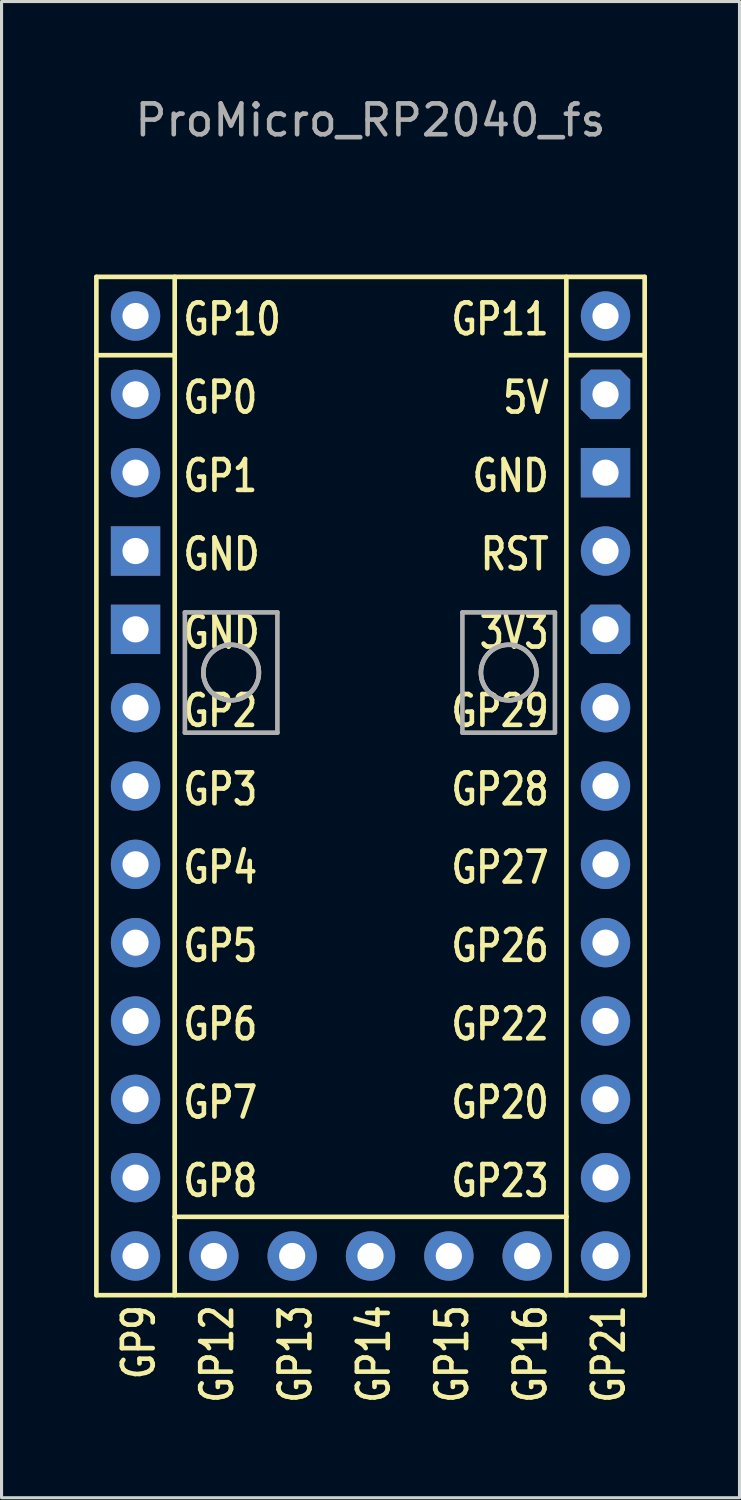
<source format=kicad_pcb>
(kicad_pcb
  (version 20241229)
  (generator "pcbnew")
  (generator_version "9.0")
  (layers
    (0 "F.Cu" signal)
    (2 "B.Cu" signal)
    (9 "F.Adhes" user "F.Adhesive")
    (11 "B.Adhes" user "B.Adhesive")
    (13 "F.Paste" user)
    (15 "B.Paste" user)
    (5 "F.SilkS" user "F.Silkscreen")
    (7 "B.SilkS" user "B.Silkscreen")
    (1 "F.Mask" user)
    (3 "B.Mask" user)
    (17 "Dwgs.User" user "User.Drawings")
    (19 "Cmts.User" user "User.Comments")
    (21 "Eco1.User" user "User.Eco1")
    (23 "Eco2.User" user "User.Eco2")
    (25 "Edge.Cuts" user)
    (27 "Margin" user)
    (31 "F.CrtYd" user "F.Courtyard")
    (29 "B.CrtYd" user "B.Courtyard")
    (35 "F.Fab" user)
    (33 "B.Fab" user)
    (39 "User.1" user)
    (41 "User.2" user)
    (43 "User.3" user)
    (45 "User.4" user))
  (footprint "ProMicro_RP2040_fs"
    (layer "F.Cu")
    (at 8.965 21.168)
    (property "Reference" "ProMicro_RP2040_fs" (at 0 -20.32 0) (unlocked yes) (layer "F.Fab") (effects (font (size 1 1) (thickness 0.15))))
    (attr through_hole)
    (fp_line (start -8.89 -15.24) (end -8.89 17.78) (stroke (width 0.15) (type default)) (layer "F.SilkS"))
    (fp_line (start -8.89 -15.24) (end 8.89 -15.24) (stroke (width 0.15) (type default)) (layer "F.SilkS"))
    (fp_line (start -8.89 -12.7) (end -6.35 -12.7) (stroke (width 0.15) (type default)) (layer "F.SilkS"))
    (fp_line (start -8.89 17.78) (end 8.89 17.78) (stroke (width 0.15) (type default)) (layer "F.SilkS"))
    (fp_line (start -6.35 -15.24) (end -6.35 15.24) (stroke (width 0.15) (type default)) (layer "F.SilkS"))
    (fp_line (start -6.35 15.24) (end -6.35 17.78) (stroke (width 0.15) (type default)) (layer "F.SilkS"))
    (fp_line (start -6.35 15.24) (end 6.35 15.24) (stroke (width 0.15) (type default)) (layer "F.SilkS"))
    (fp_line (start 6.35 -15.24) (end 6.35 15.24) (stroke (width 0.15) (type default)) (layer "F.SilkS"))
    (fp_line (start 6.35 -12.7) (end 8.89 -12.7) (stroke (width 0.15) (type default)) (layer "F.SilkS"))
    (fp_line (start 6.35 15.24) (end 6.35 17.78) (stroke (width 0.15) (type default)) (layer "F.SilkS"))
    (fp_line (start 8.89 17.78) (end 8.89 -15.24) (stroke (width 0.15) (type default)) (layer "F.SilkS"))
    (fp_line (start -6.02 -4.36) (end -6.02 -0.46) (stroke (width 0.15) (type solid)) (layer "F.Fab"))
    (fp_line (start -6.02 -0.46) (end -3.02 -0.46) (stroke (width 0.15) (type solid)) (layer "F.Fab"))
    (fp_line (start -5.42 -2.41) (end -5.419 -2.456) (stroke (width 0.15) (type solid)) (layer "F.Fab"))
    (fp_line (start -5.419 -2.456) (end -5.415 -2.502) (stroke (width 0.15) (type solid)) (layer "F.Fab"))
    (fp_line (start -5.419 -2.364) (end -5.42 -2.41) (stroke (width 0.15) (type solid)) (layer "F.Fab"))
    (fp_line (start -5.415 -2.502) (end -5.41 -2.547) (stroke (width 0.15) (type solid)) (layer "F.Fab"))
    (fp_line (start -5.415 -2.318) (end -5.419 -2.364) (stroke (width 0.15) (type solid)) (layer "F.Fab"))
    (fp_line (start -5.41 -2.547) (end -5.402 -2.591) (stroke (width 0.15) (type solid)) (layer "F.Fab"))
    (fp_line (start -5.41 -2.273) (end -5.415 -2.318) (stroke (width 0.15) (type solid)) (layer "F.Fab"))
    (fp_line (start -5.402 -2.591) (end -5.392 -2.635) (stroke (width 0.15) (type solid)) (layer "F.Fab"))
    (fp_line (start -5.402 -2.229) (end -5.41 -2.273) (stroke (width 0.15) (type solid)) (layer "F.Fab"))
    (fp_line (start -5.392 -2.635) (end -5.38 -2.678) (stroke (width 0.15) (type solid)) (layer "F.Fab"))
    (fp_line (start -5.392 -2.185) (end -5.402 -2.229) (stroke (width 0.15) (type solid)) (layer "F.Fab"))
    (fp_line (start -5.38 -2.678) (end -5.365 -2.719) (stroke (width 0.15) (type solid)) (layer "F.Fab"))
    (fp_line (start -5.38 -2.143) (end -5.392 -2.185) (stroke (width 0.15) (type solid)) (layer "F.Fab"))
    (fp_line (start -5.365 -2.719) (end -5.349 -2.76) (stroke (width 0.15) (type solid)) (layer "F.Fab"))
    (fp_line (start -5.365 -2.101) (end -5.38 -2.143) (stroke (width 0.15) (type solid)) (layer "F.Fab"))
    (fp_line (start -5.349 -2.76) (end -5.331 -2.8) (stroke (width 0.15) (type solid)) (layer "F.Fab"))
    (fp_line (start -5.349 -2.06) (end -5.365 -2.101) (stroke (width 0.15) (type solid)) (layer "F.Fab"))
    (fp_line (start -5.331 -2.8) (end -5.311 -2.839) (stroke (width 0.15) (type solid)) (layer "F.Fab"))
    (fp_line (start -5.331 -2.02) (end -5.349 -2.06) (stroke (width 0.15) (type solid)) (layer "F.Fab"))
    (fp_line (start -5.311 -2.839) (end -5.29 -2.877) (stroke (width 0.15) (type solid)) (layer "F.Fab"))
    (fp_line (start -5.311 -1.981) (end -5.331 -2.02) (stroke (width 0.15) (type solid)) (layer "F.Fab"))
    (fp_line (start -5.29 -2.877) (end -5.266 -2.913) (stroke (width 0.15) (type solid)) (layer "F.Fab"))
    (fp_line (start -5.29 -1.944) (end -5.311 -1.981) (stroke (width 0.15) (type solid)) (layer "F.Fab"))
    (fp_line (start -5.266 -2.913) (end -5.241 -2.948) (stroke (width 0.15) (type solid)) (layer "F.Fab"))
    (fp_line (start -5.266 -1.907) (end -5.29 -1.944) (stroke (width 0.15) (type solid)) (layer "F.Fab"))
    (fp_line (start -5.241 -2.948) (end -5.214 -2.982) (stroke (width 0.15) (type solid)) (layer "F.Fab"))
    (fp_line (start -5.241 -1.872) (end -5.266 -1.907) (stroke (width 0.15) (type solid)) (layer "F.Fab"))
    (fp_line (start -5.214 -2.982) (end -5.186 -3.015) (stroke (width 0.15) (type solid)) (layer "F.Fab"))
    (fp_line (start -5.214 -1.838) (end -5.241 -1.872) (stroke (width 0.15) (type solid)) (layer "F.Fab"))
    (fp_line (start -5.186 -3.015) (end -5.156 -3.046) (stroke (width 0.15) (type solid)) (layer "F.Fab"))
    (fp_line (start -5.186 -1.805) (end -5.214 -1.838) (stroke (width 0.15) (type solid)) (layer "F.Fab"))
    (fp_line (start -5.156 -3.046) (end -5.125 -3.076) (stroke (width 0.15) (type solid)) (layer "F.Fab"))
    (fp_line (start -5.156 -1.774) (end -5.186 -1.805) (stroke (width 0.15) (type solid)) (layer "F.Fab"))
    (fp_line (start -5.125 -3.076) (end -5.092 -3.104) (stroke (width 0.15) (type solid)) (layer "F.Fab"))
    (fp_line (start -5.125 -1.744) (end -5.156 -1.774) (stroke (width 0.15) (type solid)) (layer "F.Fab"))
    (fp_line (start -5.092 -3.104) (end -5.058 -3.131) (stroke (width 0.15) (type solid)) (layer "F.Fab"))
    (fp_line (start -5.092 -1.716) (end -5.125 -1.744) (stroke (width 0.15) (type solid)) (layer "F.Fab"))
    (fp_line (start -5.058 -3.131) (end -5.023 -3.156) (stroke (width 0.15) (type solid)) (layer "F.Fab"))
    (fp_line (start -5.058 -1.689) (end -5.092 -1.716) (stroke (width 0.15) (type solid)) (layer "F.Fab"))
    (fp_line (start -5.023 -3.156) (end -4.987 -3.18) (stroke (width 0.15) (type solid)) (layer "F.Fab"))
    (fp_line (start -5.023 -1.664) (end -5.058 -1.689) (stroke (width 0.15) (type solid)) (layer "F.Fab"))
    (fp_line (start -4.987 -3.18) (end -4.949 -3.201) (stroke (width 0.15) (type solid)) (layer "F.Fab"))
    (fp_line (start -4.987 -1.64) (end -5.023 -1.664) (stroke (width 0.15) (type solid)) (layer "F.Fab"))
    (fp_line (start -4.949 -3.201) (end -4.91 -3.221) (stroke (width 0.15) (type solid)) (layer "F.Fab"))
    (fp_line (start -4.949 -1.619) (end -4.987 -1.64) (stroke (width 0.15) (type solid)) (layer "F.Fab"))
    (fp_line (start -4.91 -3.221) (end -4.87 -3.239) (stroke (width 0.15) (type solid)) (layer "F.Fab"))
    (fp_line (start -4.91 -1.599) (end -4.949 -1.619) (stroke (width 0.15) (type solid)) (layer "F.Fab"))
    (fp_line (start -4.87 -3.239) (end -4.829 -3.255) (stroke (width 0.15) (type solid)) (layer "F.Fab"))
    (fp_line (start -4.87 -1.581) (end -4.91 -1.599) (stroke (width 0.15) (type solid)) (layer "F.Fab"))
    (fp_line (start -4.829 -3.255) (end -4.788 -3.27) (stroke (width 0.15) (type solid)) (layer "F.Fab"))
    (fp_line (start -4.829 -1.565) (end -4.87 -1.581) (stroke (width 0.15) (type solid)) (layer "F.Fab"))
    (fp_line (start -4.788 -3.27) (end -4.745 -3.282) (stroke (width 0.15) (type solid)) (layer "F.Fab"))
    (fp_line (start -4.788 -1.551) (end -4.829 -1.565) (stroke (width 0.15) (type solid)) (layer "F.Fab"))
    (fp_line (start -4.745 -3.282) (end -4.701 -3.292) (stroke (width 0.15) (type solid)) (layer "F.Fab"))
    (fp_line (start -4.745 -1.538) (end -4.788 -1.551) (stroke (width 0.15) (type solid)) (layer "F.Fab"))
    (fp_line (start -4.701 -3.292) (end -4.657 -3.3) (stroke (width 0.15) (type solid)) (layer "F.Fab"))
    (fp_line (start -4.701 -1.528) (end -4.745 -1.538) (stroke (width 0.15) (type solid)) (layer "F.Fab"))
    (fp_line (start -4.657 -3.3) (end -4.612 -3.305) (stroke (width 0.15) (type solid)) (layer "F.Fab"))
    (fp_line (start -4.657 -1.52) (end -4.701 -1.528) (stroke (width 0.15) (type solid)) (layer "F.Fab"))
    (fp_line (start -4.612 -3.305) (end -4.566 -3.309) (stroke (width 0.15) (type solid)) (layer "F.Fab"))
    (fp_line (start -4.612 -1.515) (end -4.657 -1.52) (stroke (width 0.15) (type solid)) (layer "F.Fab"))
    (fp_line (start -4.566 -3.309) (end -4.52 -3.31) (stroke (width 0.15) (type solid)) (layer "F.Fab"))
    (fp_line (start -4.566 -1.511) (end -4.612 -1.515) (stroke (width 0.15) (type solid)) (layer "F.Fab"))
    (fp_line (start -4.52 -3.31) (end -4.474 -3.309) (stroke (width 0.15) (type solid)) (layer "F.Fab"))
    (fp_line (start -4.52 -1.51) (end -4.566 -1.511) (stroke (width 0.15) (type solid)) (layer "F.Fab"))
    (fp_line (start -4.474 -3.309) (end -4.428 -3.305) (stroke (width 0.15) (type solid)) (layer "F.Fab"))
    (fp_line (start -4.474 -1.511) (end -4.52 -1.51) (stroke (width 0.15) (type solid)) (layer "F.Fab"))
    (fp_line (start -4.428 -3.305) (end -4.383 -3.3) (stroke (width 0.15) (type solid)) (layer "F.Fab"))
    (fp_line (start -4.428 -1.515) (end -4.474 -1.511) (stroke (width 0.15) (type solid)) (layer "F.Fab"))
    (fp_line (start -4.383 -3.3) (end -4.339 -3.292) (stroke (width 0.15) (type solid)) (layer "F.Fab"))
    (fp_line (start -4.383 -1.52) (end -4.428 -1.515) (stroke (width 0.15) (type solid)) (layer "F.Fab"))
    (fp_line (start -4.339 -3.292) (end -4.295 -3.282) (stroke (width 0.15) (type solid)) (layer "F.Fab"))
    (fp_line (start -4.339 -1.528) (end -4.383 -1.52) (stroke (width 0.15) (type solid)) (layer "F.Fab"))
    (fp_line (start -4.295 -3.282) (end -4.252 -3.27) (stroke (width 0.15) (type solid)) (layer "F.Fab"))
    (fp_line (start -4.295 -1.538) (end -4.339 -1.528) (stroke (width 0.15) (type solid)) (layer "F.Fab"))
    (fp_line (start -4.252 -3.27) (end -4.211 -3.255) (stroke (width 0.15) (type solid)) (layer "F.Fab"))
    (fp_line (start -4.252 -1.551) (end -4.295 -1.538) (stroke (width 0.15) (type solid)) (layer "F.Fab"))
    (fp_line (start -4.211 -3.255) (end -4.17 -3.239) (stroke (width 0.15) (type solid)) (layer "F.Fab"))
    (fp_line (start -4.211 -1.565) (end -4.252 -1.551) (stroke (width 0.15) (type solid)) (layer "F.Fab"))
    (fp_line (start -4.17 -3.239) (end -4.13 -3.221) (stroke (width 0.15) (type solid)) (layer "F.Fab"))
    (fp_line (start -4.17 -1.581) (end -4.211 -1.565) (stroke (width 0.15) (type solid)) (layer "F.Fab"))
    (fp_line (start -4.13 -3.221) (end -4.091 -3.201) (stroke (width 0.15) (type solid)) (layer "F.Fab"))
    (fp_line (start -4.13 -1.599) (end -4.17 -1.581) (stroke (width 0.15) (type solid)) (layer "F.Fab"))
    (fp_line (start -4.091 -3.201) (end -4.053 -3.18) (stroke (width 0.15) (type solid)) (layer "F.Fab"))
    (fp_line (start -4.091 -1.619) (end -4.13 -1.599) (stroke (width 0.15) (type solid)) (layer "F.Fab"))
    (fp_line (start -4.053 -3.18) (end -4.017 -3.156) (stroke (width 0.15) (type solid)) (layer "F.Fab"))
    (fp_line (start -4.053 -1.64) (end -4.091 -1.619) (stroke (width 0.15) (type solid)) (layer "F.Fab"))
    (fp_line (start -4.017 -3.156) (end -3.982 -3.131) (stroke (width 0.15) (type solid)) (layer "F.Fab"))
    (fp_line (start -4.017 -1.664) (end -4.053 -1.64) (stroke (width 0.15) (type solid)) (layer "F.Fab"))
    (fp_line (start -3.982 -3.131) (end -3.948 -3.104) (stroke (width 0.15) (type solid)) (layer "F.Fab"))
    (fp_line (start -3.982 -1.689) (end -4.017 -1.664) (stroke (width 0.15) (type solid)) (layer "F.Fab"))
    (fp_line (start -3.948 -3.104) (end -3.915 -3.076) (stroke (width 0.15) (type solid)) (layer "F.Fab"))
    (fp_line (start -3.948 -1.716) (end -3.982 -1.689) (stroke (width 0.15) (type solid)) (layer "F.Fab"))
    (fp_line (start -3.915 -3.076) (end -3.884 -3.046) (stroke (width 0.15) (type solid)) (layer "F.Fab"))
    (fp_line (start -3.915 -1.744) (end -3.948 -1.716) (stroke (width 0.15) (type solid)) (layer "F.Fab"))
    (fp_line (start -3.884 -3.046) (end -3.854 -3.015) (stroke (width 0.15) (type solid)) (layer "F.Fab"))
    (fp_line (start -3.884 -1.774) (end -3.915 -1.744) (stroke (width 0.15) (type solid)) (layer "F.Fab"))
    (fp_line (start -3.854 -3.015) (end -3.826 -2.982) (stroke (width 0.15) (type solid)) (layer "F.Fab"))
    (fp_line (start -3.854 -1.805) (end -3.884 -1.774) (stroke (width 0.15) (type solid)) (layer "F.Fab"))
    (fp_line (start -3.826 -2.982) (end -3.799 -2.948) (stroke (width 0.15) (type solid)) (layer "F.Fab"))
    (fp_line (start -3.826 -1.838) (end -3.854 -1.805) (stroke (width 0.15) (type solid)) (layer "F.Fab"))
    (fp_line (start -3.799 -2.948) (end -3.774 -2.913) (stroke (width 0.15) (type solid)) (layer "F.Fab"))
    (fp_line (start -3.799 -1.872) (end -3.826 -1.838) (stroke (width 0.15) (type solid)) (layer "F.Fab"))
    (fp_line (start -3.774 -2.913) (end -3.75 -2.877) (stroke (width 0.15) (type solid)) (layer "F.Fab"))
    (fp_line (start -3.774 -1.907) (end -3.799 -1.872) (stroke (width 0.15) (type solid)) (layer "F.Fab"))
    (fp_line (start -3.75 -2.877) (end -3.729 -2.839) (stroke (width 0.15) (type solid)) (layer "F.Fab"))
    (fp_line (start -3.75 -1.944) (end -3.774 -1.907) (stroke (width 0.15) (type solid)) (layer "F.Fab"))
    (fp_line (start -3.729 -2.839) (end -3.709 -2.8) (stroke (width 0.15) (type solid)) (layer "F.Fab"))
    (fp_line (start -3.729 -1.981) (end -3.75 -1.944) (stroke (width 0.15) (type solid)) (layer "F.Fab"))
    (fp_line (start -3.709 -2.8) (end -3.691 -2.76) (stroke (width 0.15) (type solid)) (layer "F.Fab"))
    (fp_line (start -3.709 -2.02) (end -3.729 -1.981) (stroke (width 0.15) (type solid)) (layer "F.Fab"))
    (fp_line (start -3.691 -2.76) (end -3.675 -2.719) (stroke (width 0.15) (type solid)) (layer "F.Fab"))
    (fp_line (start -3.691 -2.06) (end -3.709 -2.02) (stroke (width 0.15) (type solid)) (layer "F.Fab"))
    (fp_line (start -3.675 -2.719) (end -3.661 -2.678) (stroke (width 0.15) (type solid)) (layer "F.Fab"))
    (fp_line (start -3.675 -2.101) (end -3.691 -2.06) (stroke (width 0.15) (type solid)) (layer "F.Fab"))
    (fp_line (start -3.661 -2.678) (end -3.648 -2.635) (stroke (width 0.15) (type solid)) (layer "F.Fab"))
    (fp_line (start -3.661 -2.143) (end -3.675 -2.101) (stroke (width 0.15) (type solid)) (layer "F.Fab"))
    (fp_line (start -3.648 -2.635) (end -3.638 -2.591) (stroke (width 0.15) (type solid)) (layer "F.Fab"))
    (fp_line (start -3.648 -2.185) (end -3.661 -2.143) (stroke (width 0.15) (type solid)) (layer "F.Fab"))
    (fp_line (start -3.638 -2.591) (end -3.63 -2.547) (stroke (width 0.15) (type solid)) (layer "F.Fab"))
    (fp_line (start -3.638 -2.229) (end -3.648 -2.185) (stroke (width 0.15) (type solid)) (layer "F.Fab"))
    (fp_line (start -3.63 -2.547) (end -3.625 -2.502) (stroke (width 0.15) (type solid)) (layer "F.Fab"))
    (fp_line (start -3.63 -2.273) (end -3.638 -2.229) (stroke (width 0.15) (type solid)) (layer "F.Fab"))
    (fp_line (start -3.625 -2.502) (end -3.621 -2.456) (stroke (width 0.15) (type solid)) (layer "F.Fab"))
    (fp_line (start -3.625 -2.318) (end -3.63 -2.273) (stroke (width 0.15) (type solid)) (layer "F.Fab"))
    (fp_line (start -3.621 -2.456) (end -3.62 -2.41) (stroke (width 0.15) (type solid)) (layer "F.Fab"))
    (fp_line (start -3.621 -2.364) (end -3.625 -2.318) (stroke (width 0.15) (type solid)) (layer "F.Fab"))
    (fp_line (start -3.62 -2.41) (end -3.621 -2.364) (stroke (width 0.15) (type solid)) (layer "F.Fab"))
    (fp_line (start -3.02 -4.36) (end -6.02 -4.36) (stroke (width 0.15) (type solid)) (layer "F.Fab"))
    (fp_line (start -3.02 -0.46) (end -3.02 -4.36) (stroke (width 0.15) (type solid)) (layer "F.Fab"))
    (fp_line (start 2.98 -4.36) (end 2.98 -0.46) (stroke (width 0.15) (type solid)) (layer "F.Fab"))
    (fp_line (start 2.98 -0.46) (end 5.98 -0.46) (stroke (width 0.15) (type solid)) (layer "F.Fab"))
    (fp_line (start 3.58 -2.41) (end 3.581 -2.456) (stroke (width 0.15) (type solid)) (layer "F.Fab"))
    (fp_line (start 3.581 -2.456) (end 3.585 -2.502) (stroke (width 0.15) (type solid)) (layer "F.Fab"))
    (fp_line (start 3.581 -2.364) (end 3.58 -2.41) (stroke (width 0.15) (type solid)) (layer "F.Fab"))
    (fp_line (start 3.585 -2.502) (end 3.59 -2.547) (stroke (width 0.15) (type solid)) (layer "F.Fab"))
    (fp_line (start 3.585 -2.318) (end 3.581 -2.364) (stroke (width 0.15) (type solid)) (layer "F.Fab"))
    (fp_line (start 3.59 -2.547) (end 3.598 -2.591) (stroke (width 0.15) (type solid)) (layer "F.Fab"))
    (fp_line (start 3.59 -2.273) (end 3.585 -2.318) (stroke (width 0.15) (type solid)) (layer "F.Fab"))
    (fp_line (start 3.598 -2.591) (end 3.608 -2.635) (stroke (width 0.15) (type solid)) (layer "F.Fab"))
    (fp_line (start 3.598 -2.229) (end 3.59 -2.273) (stroke (width 0.15) (type solid)) (layer "F.Fab"))
    (fp_line (start 3.608 -2.635) (end 3.62 -2.678) (stroke (width 0.15) (type solid)) (layer "F.Fab"))
    (fp_line (start 3.608 -2.185) (end 3.598 -2.229) (stroke (width 0.15) (type solid)) (layer "F.Fab"))
    (fp_line (start 3.62 -2.678) (end 3.635 -2.719) (stroke (width 0.15) (type solid)) (layer "F.Fab"))
    (fp_line (start 3.62 -2.143) (end 3.608 -2.185) (stroke (width 0.15) (type solid)) (layer "F.Fab"))
    (fp_line (start 3.635 -2.719) (end 3.651 -2.76) (stroke (width 0.15) (type solid)) (layer "F.Fab"))
    (fp_line (start 3.635 -2.101) (end 3.62 -2.143) (stroke (width 0.15) (type solid)) (layer "F.Fab"))
    (fp_line (start 3.651 -2.76) (end 3.669 -2.8) (stroke (width 0.15) (type solid)) (layer "F.Fab"))
    (fp_line (start 3.651 -2.06) (end 3.635 -2.101) (stroke (width 0.15) (type solid)) (layer "F.Fab"))
    (fp_line (start 3.669 -2.8) (end 3.689 -2.839) (stroke (width 0.15) (type solid)) (layer "F.Fab"))
    (fp_line (start 3.669 -2.02) (end 3.651 -2.06) (stroke (width 0.15) (type solid)) (layer "F.Fab"))
    (fp_line (start 3.689 -2.839) (end 3.71 -2.877) (stroke (width 0.15) (type solid)) (layer "F.Fab"))
    (fp_line (start 3.689 -1.981) (end 3.669 -2.02) (stroke (width 0.15) (type solid)) (layer "F.Fab"))
    (fp_line (start 3.71 -2.877) (end 3.734 -2.913) (stroke (width 0.15) (type solid)) (layer "F.Fab"))
    (fp_line (start 3.71 -1.944) (end 3.689 -1.981) (stroke (width 0.15) (type solid)) (layer "F.Fab"))
    (fp_line (start 3.734 -2.913) (end 3.759 -2.948) (stroke (width 0.15) (type solid)) (layer "F.Fab"))
    (fp_line (start 3.734 -1.907) (end 3.71 -1.944) (stroke (width 0.15) (type solid)) (layer "F.Fab"))
    (fp_line (start 3.759 -2.948) (end 3.786 -2.982) (stroke (width 0.15) (type solid)) (layer "F.Fab"))
    (fp_line (start 3.759 -1.872) (end 3.734 -1.907) (stroke (width 0.15) (type solid)) (layer "F.Fab"))
    (fp_line (start 3.786 -2.982) (end 3.814 -3.015) (stroke (width 0.15) (type solid)) (layer "F.Fab"))
    (fp_line (start 3.786 -1.838) (end 3.759 -1.872) (stroke (width 0.15) (type solid)) (layer "F.Fab"))
    (fp_line (start 3.814 -3.015) (end 3.844 -3.046) (stroke (width 0.15) (type solid)) (layer "F.Fab"))
    (fp_line (start 3.814 -1.805) (end 3.786 -1.838) (stroke (width 0.15) (type solid)) (layer "F.Fab"))
    (fp_line (start 3.844 -3.046) (end 3.875 -3.076) (stroke (width 0.15) (type solid)) (layer "F.Fab"))
    (fp_line (start 3.844 -1.774) (end 3.814 -1.805) (stroke (width 0.15) (type solid)) (layer "F.Fab"))
    (fp_line (start 3.875 -3.076) (end 3.908 -3.104) (stroke (width 0.15) (type solid)) (layer "F.Fab"))
    (fp_line (start 3.875 -1.744) (end 3.844 -1.774) (stroke (width 0.15) (type solid)) (layer "F.Fab"))
    (fp_line (start 3.908 -3.104) (end 3.942 -3.131) (stroke (width 0.15) (type solid)) (layer "F.Fab"))
    (fp_line (start 3.908 -1.716) (end 3.875 -1.744) (stroke (width 0.15) (type solid)) (layer "F.Fab"))
    (fp_line (start 3.942 -3.131) (end 3.977 -3.156) (stroke (width 0.15) (type solid)) (layer "F.Fab"))
    (fp_line (start 3.942 -1.689) (end 3.908 -1.716) (stroke (width 0.15) (type solid)) (layer "F.Fab"))
    (fp_line (start 3.977 -3.156) (end 4.013 -3.18) (stroke (width 0.15) (type solid)) (layer "F.Fab"))
    (fp_line (start 3.977 -1.664) (end 3.942 -1.689) (stroke (width 0.15) (type solid)) (layer "F.Fab"))
    (fp_line (start 4.013 -3.18) (end 4.051 -3.201) (stroke (width 0.15) (type solid)) (layer "F.Fab"))
    (fp_line (start 4.013 -1.64) (end 3.977 -1.664) (stroke (width 0.15) (type solid)) (layer "F.Fab"))
    (fp_line (start 4.051 -3.201) (end 4.09 -3.221) (stroke (width 0.15) (type solid)) (layer "F.Fab"))
    (fp_line (start 4.051 -1.619) (end 4.013 -1.64) (stroke (width 0.15) (type solid)) (layer "F.Fab"))
    (fp_line (start 4.09 -3.221) (end 4.13 -3.239) (stroke (width 0.15) (type solid)) (layer "F.Fab"))
    (fp_line (start 4.09 -1.599) (end 4.051 -1.619) (stroke (width 0.15) (type solid)) (layer "F.Fab"))
    (fp_line (start 4.13 -3.239) (end 4.171 -3.255) (stroke (width 0.15) (type solid)) (layer "F.Fab"))
    (fp_line (start 4.13 -1.581) (end 4.09 -1.599) (stroke (width 0.15) (type solid)) (layer "F.Fab"))
    (fp_line (start 4.171 -3.255) (end 4.212 -3.27) (stroke (width 0.15) (type solid)) (layer "F.Fab"))
    (fp_line (start 4.171 -1.565) (end 4.13 -1.581) (stroke (width 0.15) (type solid)) (layer "F.Fab"))
    (fp_line (start 4.212 -3.27) (end 4.255 -3.282) (stroke (width 0.15) (type solid)) (layer "F.Fab"))
    (fp_line (start 4.212 -1.551) (end 4.171 -1.565) (stroke (width 0.15) (type solid)) (layer "F.Fab"))
    (fp_line (start 4.255 -3.282) (end 4.299 -3.292) (stroke (width 0.15) (type solid)) (layer "F.Fab"))
    (fp_line (start 4.255 -1.538) (end 4.212 -1.551) (stroke (width 0.15) (type solid)) (layer "F.Fab"))
    (fp_line (start 4.299 -3.292) (end 4.343 -3.3) (stroke (width 0.15) (type solid)) (layer "F.Fab"))
    (fp_line (start 4.299 -1.528) (end 4.255 -1.538) (stroke (width 0.15) (type solid)) (layer "F.Fab"))
    (fp_line (start 4.343 -3.3) (end 4.388 -3.305) (stroke (width 0.15) (type solid)) (layer "F.Fab"))
    (fp_line (start 4.343 -1.52) (end 4.299 -1.528) (stroke (width 0.15) (type solid)) (layer "F.Fab"))
    (fp_line (start 4.388 -3.305) (end 4.434 -3.309) (stroke (width 0.15) (type solid)) (layer "F.Fab"))
    (fp_line (start 4.388 -1.515) (end 4.343 -1.52) (stroke (width 0.15) (type solid)) (layer "F.Fab"))
    (fp_line (start 4.434 -3.309) (end 4.48 -3.31) (stroke (width 0.15) (type solid)) (layer "F.Fab"))
    (fp_line (start 4.434 -1.511) (end 4.388 -1.515) (stroke (width 0.15) (type solid)) (layer "F.Fab"))
    (fp_line (start 4.48 -3.31) (end 4.526 -3.309) (stroke (width 0.15) (type solid)) (layer "F.Fab"))
    (fp_line (start 4.48 -1.51) (end 4.434 -1.511) (stroke (width 0.15) (type solid)) (layer "F.Fab"))
    (fp_line (start 4.526 -3.309) (end 4.572 -3.305) (stroke (width 0.15) (type solid)) (layer "F.Fab"))
    (fp_line (start 4.526 -1.511) (end 4.48 -1.51) (stroke (width 0.15) (type solid)) (layer "F.Fab"))
    (fp_line (start 4.572 -3.305) (end 4.617 -3.3) (stroke (width 0.15) (type solid)) (layer "F.Fab"))
    (fp_line (start 4.572 -1.515) (end 4.526 -1.511) (stroke (width 0.15) (type solid)) (layer "F.Fab"))
    (fp_line (start 4.617 -3.3) (end 4.661 -3.292) (stroke (width 0.15) (type solid)) (layer "F.Fab"))
    (fp_line (start 4.617 -1.52) (end 4.572 -1.515) (stroke (width 0.15) (type solid)) (layer "F.Fab"))
    (fp_line (start 4.661 -3.292) (end 4.705 -3.282) (stroke (width 0.15) (type solid)) (layer "F.Fab"))
    (fp_line (start 4.661 -1.528) (end 4.617 -1.52) (stroke (width 0.15) (type solid)) (layer "F.Fab"))
    (fp_line (start 4.705 -3.282) (end 4.748 -3.27) (stroke (width 0.15) (type solid)) (layer "F.Fab"))
    (fp_line (start 4.705 -1.538) (end 4.661 -1.528) (stroke (width 0.15) (type solid)) (layer "F.Fab"))
    (fp_line (start 4.748 -3.27) (end 4.789 -3.255) (stroke (width 0.15) (type solid)) (layer "F.Fab"))
    (fp_line (start 4.748 -1.551) (end 4.705 -1.538) (stroke (width 0.15) (type solid)) (layer "F.Fab"))
    (fp_line (start 4.789 -3.255) (end 4.83 -3.239) (stroke (width 0.15) (type solid)) (layer "F.Fab"))
    (fp_line (start 4.789 -1.565) (end 4.748 -1.551) (stroke (width 0.15) (type solid)) (layer "F.Fab"))
    (fp_line (start 4.83 -3.239) (end 4.87 -3.221) (stroke (width 0.15) (type solid)) (layer "F.Fab"))
    (fp_line (start 4.83 -1.581) (end 4.789 -1.565) (stroke (width 0.15) (type solid)) (layer "F.Fab"))
    (fp_line (start 4.87 -3.221) (end 4.909 -3.201) (stroke (width 0.15) (type solid)) (layer "F.Fab"))
    (fp_line (start 4.87 -1.599) (end 4.83 -1.581) (stroke (width 0.15) (type solid)) (layer "F.Fab"))
    (fp_line (start 4.909 -3.201) (end 4.947 -3.18) (stroke (width 0.15) (type solid)) (layer "F.Fab"))
    (fp_line (start 4.909 -1.619) (end 4.87 -1.599) (stroke (width 0.15) (type solid)) (layer "F.Fab"))
    (fp_line (start 4.947 -3.18) (end 4.983 -3.156) (stroke (width 0.15) (type solid)) (layer "F.Fab"))
    (fp_line (start 4.947 -1.64) (end 4.909 -1.619) (stroke (width 0.15) (type solid)) (layer "F.Fab"))
    (fp_line (start 4.983 -3.156) (end 5.018 -3.131) (stroke (width 0.15) (type solid)) (layer "F.Fab"))
    (fp_line (start 4.983 -1.664) (end 4.947 -1.64) (stroke (width 0.15) (type solid)) (layer "F.Fab"))
    (fp_line (start 5.018 -3.131) (end 5.052 -3.104) (stroke (width 0.15) (type solid)) (layer "F.Fab"))
    (fp_line (start 5.018 -1.689) (end 4.983 -1.664) (stroke (width 0.15) (type solid)) (layer "F.Fab"))
    (fp_line (start 5.052 -3.104) (end 5.085 -3.076) (stroke (width 0.15) (type solid)) (layer "F.Fab"))
    (fp_line (start 5.052 -1.716) (end 5.018 -1.689) (stroke (width 0.15) (type solid)) (layer "F.Fab"))
    (fp_line (start 5.085 -3.076) (end 5.116 -3.046) (stroke (width 0.15) (type solid)) (layer "F.Fab"))
    (fp_line (start 5.085 -1.744) (end 5.052 -1.716) (stroke (width 0.15) (type solid)) (layer "F.Fab"))
    (fp_line (start 5.116 -3.046) (end 5.146 -3.015) (stroke (width 0.15) (type solid)) (layer "F.Fab"))
    (fp_line (start 5.116 -1.774) (end 5.085 -1.744) (stroke (width 0.15) (type solid)) (layer "F.Fab"))
    (fp_line (start 5.146 -3.015) (end 5.174 -2.982) (stroke (width 0.15) (type solid)) (layer "F.Fab"))
    (fp_line (start 5.146 -1.805) (end 5.116 -1.774) (stroke (width 0.15) (type solid)) (layer "F.Fab"))
    (fp_line (start 5.174 -2.982) (end 5.201 -2.948) (stroke (width 0.15) (type solid)) (layer "F.Fab"))
    (fp_line (start 5.174 -1.838) (end 5.146 -1.805) (stroke (width 0.15) (type solid)) (layer "F.Fab"))
    (fp_line (start 5.201 -2.948) (end 5.226 -2.913) (stroke (width 0.15) (type solid)) (layer "F.Fab"))
    (fp_line (start 5.201 -1.872) (end 5.174 -1.838) (stroke (width 0.15) (type solid)) (layer "F.Fab"))
    (fp_line (start 5.226 -2.913) (end 5.25 -2.877) (stroke (width 0.15) (type solid)) (layer "F.Fab"))
    (fp_line (start 5.226 -1.907) (end 5.201 -1.872) (stroke (width 0.15) (type solid)) (layer "F.Fab"))
    (fp_line (start 5.25 -2.877) (end 5.271 -2.839) (stroke (width 0.15) (type solid)) (layer "F.Fab"))
    (fp_line (start 5.25 -1.944) (end 5.226 -1.907) (stroke (width 0.15) (type solid)) (layer "F.Fab"))
    (fp_line (start 5.271 -2.839) (end 5.291 -2.8) (stroke (width 0.15) (type solid)) (layer "F.Fab"))
    (fp_line (start 5.271 -1.981) (end 5.25 -1.944) (stroke (width 0.15) (type solid)) (layer "F.Fab"))
    (fp_line (start 5.291 -2.8) (end 5.309 -2.76) (stroke (width 0.15) (type solid)) (layer "F.Fab"))
    (fp_line (start 5.291 -2.02) (end 5.271 -1.981) (stroke (width 0.15) (type solid)) (layer "F.Fab"))
    (fp_line (start 5.309 -2.76) (end 5.325 -2.719) (stroke (width 0.15) (type solid)) (layer "F.Fab"))
    (fp_line (start 5.309 -2.06) (end 5.291 -2.02) (stroke (width 0.15) (type solid)) (layer "F.Fab"))
    (fp_line (start 5.325 -2.719) (end 5.34 -2.678) (stroke (width 0.15) (type solid)) (layer "F.Fab"))
    (fp_line (start 5.325 -2.101) (end 5.309 -2.06) (stroke (width 0.15) (type solid)) (layer "F.Fab"))
    (fp_line (start 5.34 -2.678) (end 5.352 -2.635) (stroke (width 0.15) (type solid)) (layer "F.Fab"))
    (fp_line (start 5.34 -2.143) (end 5.325 -2.101) (stroke (width 0.15) (type solid)) (layer "F.Fab"))
    (fp_line (start 5.352 -2.635) (end 5.362 -2.591) (stroke (width 0.15) (type solid)) (layer "F.Fab"))
    (fp_line (start 5.352 -2.185) (end 5.34 -2.143) (stroke (width 0.15) (type solid)) (layer "F.Fab"))
    (fp_line (start 5.362 -2.591) (end 5.37 -2.547) (stroke (width 0.15) (type solid)) (layer "F.Fab"))
    (fp_line (start 5.362 -2.229) (end 5.352 -2.185) (stroke (width 0.15) (type solid)) (layer "F.Fab"))
    (fp_line (start 5.37 -2.547) (end 5.375 -2.502) (stroke (width 0.15) (type solid)) (layer "F.Fab"))
    (fp_line (start 5.37 -2.273) (end 5.362 -2.229) (stroke (width 0.15) (type solid)) (layer "F.Fab"))
    (fp_line (start 5.375 -2.502) (end 5.379 -2.456) (stroke (width 0.15) (type solid)) (layer "F.Fab"))
    (fp_line (start 5.375 -2.318) (end 5.37 -2.273) (stroke (width 0.15) (type solid)) (layer "F.Fab"))
    (fp_line (start 5.379 -2.456) (end 5.38 -2.41) (stroke (width 0.15) (type solid)) (layer "F.Fab"))
    (fp_line (start 5.379 -2.364) (end 5.375 -2.318) (stroke (width 0.15) (type solid)) (layer "F.Fab"))
    (fp_line (start 5.38 -2.41) (end 5.379 -2.364) (stroke (width 0.15) (type solid)) (layer "F.Fab"))
    (fp_line (start 5.98 -4.36) (end 2.98 -4.36) (stroke (width 0.15) (type solid)) (layer "F.Fab"))
    (fp_line (start 5.98 -0.46) (end 5.98 -4.36) (stroke (width 0.15) (type solid)) (layer "F.Fab"))
    (fp_text user "GP14" (at 0.688 21.349 90) (unlocked yes) (layer "F.SilkS") (effects (font (size 1 0.8) (thickness 0.15) (bold yes)) (justify left bottom)))
    (fp_text user "GND" (at -6.15 -5.662 0) (unlocked yes) (layer "F.SilkS") (effects (font (size 1 0.8) (thickness 0.15) (bold yes)) (justify left bottom)))
    (fp_text user "GP7" (at -6.15 12.117 0) (unlocked yes) (layer "F.SilkS") (effects (font (size 1 0.8) (thickness 0.15)) (justify left bottom)))
    (fp_text user "GP16" (at 5.768 21.349 90) (unlocked yes) (layer "F.SilkS") (effects (font (size 1 0.8) (thickness 0.15) (bold yes)) (justify left bottom)))
    (fp_text user "GND" (at -6.15 -3.123 0) (unlocked yes) (layer "F.SilkS") (effects (font (size 1 0.8) (thickness 0.15)) (justify left bottom)))
    (fp_text user "GP13" (at -1.853 21.349 90) (unlocked yes) (layer "F.SilkS") (effects (font (size 1 0.8) (thickness 0.15) (bold yes)) (justify left bottom)))
    (fp_text user "GP11" (at 2.54 -13.283 0) (unlocked yes) (layer "F.SilkS") (effects (font (size 1 0.8) (thickness 0.15)) (justify left bottom)))
    (fp_text user "GP22" (at 2.54 9.578 0) (unlocked yes) (layer "F.SilkS") (effects (font (size 1 0.8) (thickness 0.15)) (justify left bottom)))
    (fp_text user "GP6" (at -6.15 9.578 0) (unlocked yes) (layer "F.SilkS") (effects (font (size 1 0.8) (thickness 0.15)) (justify left bottom)))
    (fp_text user "5V" (at 4.216 -10.742 0) (unlocked yes) (layer "F.SilkS") (effects (font (size 1 0.8) (thickness 0.15)) (justify left bottom)))
    (fp_text user "GP20" (at 2.54 12.117 0) (unlocked yes) (layer "F.SilkS") (effects (font (size 1 0.8) (thickness 0.15)) (justify left bottom)))
    (fp_text user "GP5" (at -6.15 7.037 0) (unlocked yes) (layer "F.SilkS") (effects (font (size 1 0.8) (thickness 0.15)) (justify left bottom)))
    (fp_text user "RST" (at 3.492 -5.662 0) (unlocked yes) (layer "F.SilkS") (effects (font (size 1 0.8) (thickness 0.15)) (justify left bottom)))
    (fp_text user "GP15" (at 3.228 21.349 90) (unlocked yes) (layer "F.SilkS") (effects (font (size 1 0.8) (thickness 0.15) (bold yes)) (justify left bottom)))
    (fp_text user "GP12" (at -4.393 21.349 90) (unlocked yes) (layer "F.SilkS") (effects (font (size 1 0.8) (thickness 0.15) (bold yes)) (justify left bottom)))
    (fp_text user "GP2" (at -6.15 -0.583 0) (unlocked yes) (layer "F.SilkS") (effects (font (size 1 0.8) (thickness 0.15)) (justify left bottom)))
    (fp_text user "GP29" (at 2.54 -0.583 0) (unlocked yes) (layer "F.SilkS") (effects (font (size 1 0.8) (thickness 0.15)) (justify left bottom)))
    (fp_text user "GP10" (at -6.15 -13.283 0) (unlocked yes) (layer "F.SilkS") (effects (font (size 1 0.8) (thickness 0.15) (bold yes)) (justify left bottom)))
    (fp_text user "GND" (at 3.226 -8.203 0) (unlocked yes) (layer "F.SilkS") (effects (font (size 1 0.8) (thickness 0.15)) (justify left bottom)))
    (fp_text user "GP21" (at 8.307 21.349 90) (unlocked yes) (layer "F.SilkS") (effects (font (size 1 0.8) (thickness 0.15) (bold yes)) (justify left bottom)))
    (fp_text user "GP27" (at 2.54 4.497 0) (unlocked yes) (layer "F.SilkS") (effects (font (size 1 0.8) (thickness 0.15)) (justify left bottom)))
    (fp_text user "GP1" (at -6.15 -8.203 0) (unlocked yes) (layer "F.SilkS") (effects (font (size 1 0.8) (thickness 0.15) (bold yes)) (justify left bottom)))
    (fp_text user "GP28" (at 2.54 1.958 0) (unlocked yes) (layer "F.SilkS") (effects (font (size 1 0.8) (thickness 0.15)) (justify left bottom)))
    (fp_text user "GP3" (at -6.15 1.958 0) (unlocked yes) (layer "F.SilkS") (effects (font (size 1 0.8) (thickness 0.15)) (justify left bottom)))
    (fp_text user "GP23" (at 2.54 14.658 0) (unlocked yes) (layer "F.SilkS") (effects (font (size 1 0.8) (thickness 0.15)) (justify left bottom)))
    (fp_text user "GP26" (at 2.54 7.037 0) (unlocked yes) (layer "F.SilkS") (effects (font (size 1 0.8) (thickness 0.15)) (justify left bottom)))
    (fp_text user "GP4" (at -6.15 4.497 0) (unlocked yes) (layer "F.SilkS") (effects (font (size 1 0.8) (thickness 0.15)) (justify left bottom)))
    (fp_text user "GP9" (at -6.933 20.587 90) (unlocked yes) (layer "F.SilkS") (effects (font (size 1 0.8) (thickness 0.15) (bold yes)) (justify left bottom)))
    (fp_text user "3V3" (at 3.454 -3.123 0) (unlocked yes) (layer "F.SilkS") (effects (font (size 1 0.8) (thickness 0.15)) (justify left bottom)))
    (fp_text user "GP8" (at -6.15 14.658 0) (unlocked yes) (layer "F.SilkS") (effects (font (size 1 0.8) (thickness 0.15)) (justify left bottom)))
    (fp_text user "GP0" (at -6.15 -10.742 0) (unlocked yes) (layer "F.SilkS") (effects (font (size 1 0.8) (thickness 0.15) (bold yes)) (justify left bottom)))
    (pad "0" thru_hole circle (at -7.62 -11.43) (size 1.6 1.6) (drill 0.85) (layers "*.Cu" "*.Mask"))
    (pad "1" thru_hole circle (at -7.62 -8.89) (size 1.6 1.6) (drill 0.85) (layers "*.Cu" "*.Mask"))
    (pad "2" thru_hole circle (at -7.62 -1.27) (size 1.6 1.6) (drill 0.85) (layers "*.Cu" "*.Mask"))
    (pad "3" thru_hole circle (at -7.62 1.27) (size 1.6 1.6) (drill 0.85) (layers "*.Cu" "*.Mask"))
    (pad "4" thru_hole circle (at -7.62 3.81) (size 1.6 1.6) (drill 0.85) (layers "*.Cu" "*.Mask"))
    (pad "5" thru_hole circle (at -7.62 6.35) (size 1.6 1.6) (drill 0.85) (layers "*.Cu" "*.Mask"))
    (pad "6" thru_hole circle (at -7.62 8.89) (size 1.6 1.6) (drill 0.85) (layers "*.Cu" "*.Mask"))
    (pad "7" thru_hole circle (at -7.62 11.43) (size 1.6 1.6) (drill 0.85) (layers "*.Cu" "*.Mask"))
    (pad "8" thru_hole circle (at -7.62 13.97) (size 1.6 1.6) (drill 0.85) (layers "*.Cu" "*.Mask"))
    (pad "9" thru_hole circle (at -7.62 16.51) (size 1.6 1.6) (drill 0.85) (layers "*.Cu" "*.Mask"))
    (pad "10" thru_hole circle (at -7.62 -13.97) (size 1.6 1.6) (drill 0.85) (layers "*.Cu" "*.Mask"))
    (pad "11" thru_hole circle (at 7.62 -13.97) (size 1.6 1.6) (drill 0.85) (layers "*.Cu" "*.Mask"))
    (pad "12" thru_hole circle (at -5.08 16.51) (size 1.6 1.6) (drill 0.85) (layers "*.Cu" "*.Mask"))
    (pad "13" thru_hole circle (at -2.54 16.51) (size 1.6 1.6) (drill 0.85) (layers "*.Cu" "*.Mask"))
    (pad "14" thru_hole circle (at 0 16.51) (size 1.6 1.6) (drill 0.85) (layers "*.Cu" "*.Mask"))
    (pad "15" thru_hole circle (at 2.54 16.51) (size 1.6 1.6) (drill 0.85) (layers "*.Cu" "*.Mask"))
    (pad "16" thru_hole circle (at 5.08 16.51) (size 1.6 1.6) (drill 0.85) (layers "*.Cu" "*.Mask"))
    (pad "20" thru_hole circle (at 7.62 11.43) (size 1.6 1.6) (drill 0.85) (layers "*.Cu" "*.Mask"))
    (pad "21" thru_hole circle (at 7.62 16.51) (size 1.6 1.6) (drill 0.85) (layers "*.Cu" "*.Mask"))
    (pad "22" thru_hole circle (at 7.62 8.89) (size 1.6 1.6) (drill 0.85) (layers "*.Cu" "*.Mask"))
    (pad "23" thru_hole circle (at 7.62 13.97) (size 1.6 1.6) (drill 0.85) (layers "*.Cu" "*.Mask"))
    (pad "26" thru_hole circle (at 7.62 6.35) (size 1.6 1.6) (drill 0.85) (layers "*.Cu" "*.Mask"))
    (pad "27" thru_hole circle (at 7.62 3.81) (size 1.6 1.6) (drill 0.85) (layers "*.Cu" "*.Mask"))
    (pad "28" thru_hole circle (at 7.62 1.27) (size 1.6 1.6) (drill 0.85) (layers "*.Cu" "*.Mask"))
    (pad "29" thru_hole circle (at 7.62 -1.27) (size 1.6 1.6) (drill 0.85) (layers "*.Cu" "*.Mask"))
    (pad "30" thru_hole roundrect (at 7.62 -3.81) (size 1.6 1.6) (drill 0.85) (layers "*.Cu" "*.Mask") (roundrect_rratio 0) (chamfer_ratio 0.2) (chamfer top_left top_right bottom_left bottom_right))
    (pad "31" thru_hole circle (at 7.62 -6.35) (size 1.6 1.6) (drill 0.85) (layers "*.Cu" "*.Mask"))
    (pad "32" thru_hole rect (at 7.62 -8.89) (size 1.6 1.6) (drill 0.85) (layers "*.Cu" "*.Mask"))
    (pad "33" thru_hole roundrect (at 7.62 -11.43) (size 1.6 1.6) (drill 0.85) (layers "*.Cu" "*.Mask") (roundrect_rratio 0) (chamfer_ratio 0.2) (chamfer top_left top_right bottom_left bottom_right))
    (pad "34" thru_hole rect (at -7.62 -6.35) (size 1.6 1.6) (drill 0.85) (layers "*.Cu" "*.Mask"))
    (pad "35" thru_hole rect (at -7.62 -3.81) (size 1.6 1.6) (drill 0.85) (layers "*.Cu" "*.Mask")))
  (gr_rect
    (start -3 -3)
    (end 20.93 45.517)
    (stroke (width 0.1) (type default))
    (fill no)
    (layer "Edge.Cuts")))
</source>
